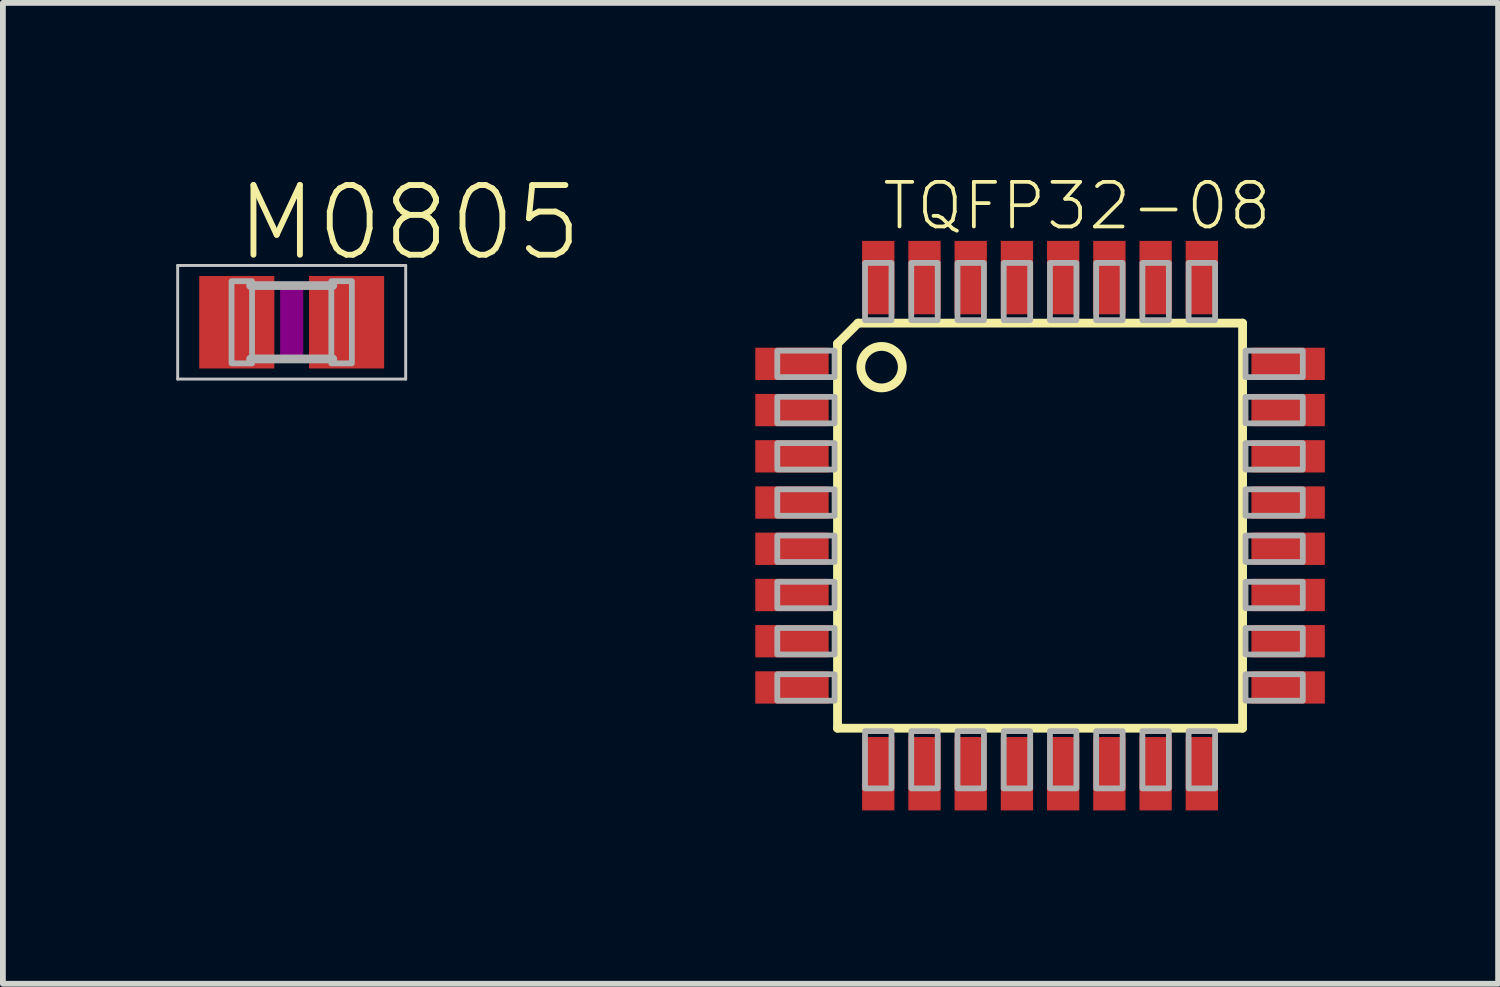
<source format=kicad_pcb>
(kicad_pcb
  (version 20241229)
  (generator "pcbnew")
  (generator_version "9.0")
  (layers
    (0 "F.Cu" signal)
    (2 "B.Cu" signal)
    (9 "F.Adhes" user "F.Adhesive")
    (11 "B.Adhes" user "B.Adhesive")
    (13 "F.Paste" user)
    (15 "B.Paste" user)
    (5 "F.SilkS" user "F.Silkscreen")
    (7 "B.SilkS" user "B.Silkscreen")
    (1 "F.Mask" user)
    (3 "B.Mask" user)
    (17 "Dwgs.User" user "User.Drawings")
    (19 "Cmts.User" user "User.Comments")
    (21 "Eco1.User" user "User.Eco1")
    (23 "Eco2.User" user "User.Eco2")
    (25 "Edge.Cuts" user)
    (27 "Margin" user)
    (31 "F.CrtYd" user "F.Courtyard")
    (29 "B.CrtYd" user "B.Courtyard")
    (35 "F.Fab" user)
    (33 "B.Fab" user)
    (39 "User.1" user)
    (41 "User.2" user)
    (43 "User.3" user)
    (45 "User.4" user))
  (footprint "TQFP32-08"
    (layer "F.Cu")
    (at 14.949 6.047)
    (property "Reference" "TQFP32-08" (at -2.769 -5.08 0) (layer "F.SilkS") (effects (font (size 0.772 0.772) (thickness 0.065)) (justify left bottom)))
    (attr through_hole)
    (fp_line (start -3.505 3.505) (end -3.505 -3.15) (stroke (width 0.152) (type solid)) (layer "F.SilkS"))
    (fp_line (start -3.15 -3.505) (end -3.505 -3.15) (stroke (width 0.152) (type solid)) (layer "F.SilkS"))
    (fp_line (start -3.15 -3.505) (end 3.505 -3.505) (stroke (width 0.152) (type solid)) (layer "F.SilkS"))
    (fp_line (start 3.505 -3.505) (end 3.505 3.505) (stroke (width 0.152) (type solid)) (layer "F.SilkS"))
    (fp_line (start 3.505 3.505) (end -3.505 3.505) (stroke (width 0.152) (type solid)) (layer "F.SilkS"))
    (fp_circle (center -2.743 -2.743) (end -2.384 -2.743) (stroke (width 0.152) (type solid)) (fill no) (layer "F.SilkS"))
    (fp_poly (pts (xy -4.547 -2.571) (xy -3.556 -2.571) (xy -3.556 -3.029) (xy -4.547 -3.029)) (stroke (width 0.1) (type solid)) (fill no) (layer "F.Fab"))
    (fp_poly (pts (xy -4.547 -1.771) (xy -3.556 -1.771) (xy -3.556 -2.229) (xy -4.547 -2.229)) (stroke (width 0.1) (type solid)) (fill no) (layer "F.Fab"))
    (fp_poly (pts (xy -4.547 -0.971) (xy -3.556 -0.971) (xy -3.556 -1.429) (xy -4.547 -1.429)) (stroke (width 0.1) (type solid)) (fill no) (layer "F.Fab"))
    (fp_poly (pts (xy -4.547 -0.171) (xy -3.556 -0.171) (xy -3.556 -0.629) (xy -4.547 -0.629)) (stroke (width 0.1) (type solid)) (fill no) (layer "F.Fab"))
    (fp_poly (pts (xy -4.547 0.629) (xy -3.556 0.629) (xy -3.556 0.171) (xy -4.547 0.171)) (stroke (width 0.1) (type solid)) (fill no) (layer "F.Fab"))
    (fp_poly (pts (xy -4.547 1.429) (xy -3.556 1.429) (xy -3.556 0.971) (xy -4.547 0.971)) (stroke (width 0.1) (type solid)) (fill no) (layer "F.Fab"))
    (fp_poly (pts (xy -4.547 2.229) (xy -3.556 2.229) (xy -3.556 1.771) (xy -4.547 1.771)) (stroke (width 0.1) (type solid)) (fill no) (layer "F.Fab"))
    (fp_poly (pts (xy -4.547 3.029) (xy -3.556 3.029) (xy -3.556 2.571) (xy -4.547 2.571)) (stroke (width 0.1) (type solid)) (fill no) (layer "F.Fab"))
    (fp_poly (pts (xy -3.029 -3.556) (xy -2.571 -3.556) (xy -2.571 -4.547) (xy -3.029 -4.547)) (stroke (width 0.1) (type solid)) (fill no) (layer "F.Fab"))
    (fp_poly (pts (xy -3.029 4.547) (xy -2.571 4.547) (xy -2.571 3.556) (xy -3.029 3.556)) (stroke (width 0.1) (type solid)) (fill no) (layer "F.Fab"))
    (fp_poly (pts (xy -2.229 -3.556) (xy -1.771 -3.556) (xy -1.771 -4.547) (xy -2.229 -4.547)) (stroke (width 0.1) (type solid)) (fill no) (layer "F.Fab"))
    (fp_poly (pts (xy -2.229 4.547) (xy -1.771 4.547) (xy -1.771 3.556) (xy -2.229 3.556)) (stroke (width 0.1) (type solid)) (fill no) (layer "F.Fab"))
    (fp_poly (pts (xy -1.429 -3.556) (xy -0.971 -3.556) (xy -0.971 -4.547) (xy -1.429 -4.547)) (stroke (width 0.1) (type solid)) (fill no) (layer "F.Fab"))
    (fp_poly (pts (xy -1.429 4.547) (xy -0.971 4.547) (xy -0.971 3.556) (xy -1.429 3.556)) (stroke (width 0.1) (type solid)) (fill no) (layer "F.Fab"))
    (fp_poly (pts (xy -0.629 -3.556) (xy -0.171 -3.556) (xy -0.171 -4.547) (xy -0.629 -4.547)) (stroke (width 0.1) (type solid)) (fill no) (layer "F.Fab"))
    (fp_poly (pts (xy -0.629 4.547) (xy -0.171 4.547) (xy -0.171 3.556) (xy -0.629 3.556)) (stroke (width 0.1) (type solid)) (fill no) (layer "F.Fab"))
    (fp_poly (pts (xy 0.171 -3.556) (xy 0.629 -3.556) (xy 0.629 -4.547) (xy 0.171 -4.547)) (stroke (width 0.1) (type solid)) (fill no) (layer "F.Fab"))
    (fp_poly (pts (xy 0.171 4.547) (xy 0.629 4.547) (xy 0.629 3.556) (xy 0.171 3.556)) (stroke (width 0.1) (type solid)) (fill no) (layer "F.Fab"))
    (fp_poly (pts (xy 0.971 -3.556) (xy 1.429 -3.556) (xy 1.429 -4.547) (xy 0.971 -4.547)) (stroke (width 0.1) (type solid)) (fill no) (layer "F.Fab"))
    (fp_poly (pts (xy 0.971 4.547) (xy 1.429 4.547) (xy 1.429 3.556) (xy 0.971 3.556)) (stroke (width 0.1) (type solid)) (fill no) (layer "F.Fab"))
    (fp_poly (pts (xy 1.771 -3.556) (xy 2.229 -3.556) (xy 2.229 -4.547) (xy 1.771 -4.547)) (stroke (width 0.1) (type solid)) (fill no) (layer "F.Fab"))
    (fp_poly (pts (xy 1.771 4.547) (xy 2.229 4.547) (xy 2.229 3.556) (xy 1.771 3.556)) (stroke (width 0.1) (type solid)) (fill no) (layer "F.Fab"))
    (fp_poly (pts (xy 2.571 -3.556) (xy 3.029 -3.556) (xy 3.029 -4.547) (xy 2.571 -4.547)) (stroke (width 0.1) (type solid)) (fill no) (layer "F.Fab"))
    (fp_poly (pts (xy 2.571 4.547) (xy 3.029 4.547) (xy 3.029 3.556) (xy 2.571 3.556)) (stroke (width 0.1) (type solid)) (fill no) (layer "F.Fab"))
    (fp_poly (pts (xy 3.556 -2.571) (xy 4.547 -2.571) (xy 4.547 -3.029) (xy 3.556 -3.029)) (stroke (width 0.1) (type solid)) (fill no) (layer "F.Fab"))
    (fp_poly (pts (xy 3.556 -1.771) (xy 4.547 -1.771) (xy 4.547 -2.229) (xy 3.556 -2.229)) (stroke (width 0.1) (type solid)) (fill no) (layer "F.Fab"))
    (fp_poly (pts (xy 3.556 -0.971) (xy 4.547 -0.971) (xy 4.547 -1.429) (xy 3.556 -1.429)) (stroke (width 0.1) (type solid)) (fill no) (layer "F.Fab"))
    (fp_poly (pts (xy 3.556 -0.171) (xy 4.547 -0.171) (xy 4.547 -0.629) (xy 3.556 -0.629)) (stroke (width 0.1) (type solid)) (fill no) (layer "F.Fab"))
    (fp_poly (pts (xy 3.556 0.629) (xy 4.547 0.629) (xy 4.547 0.171) (xy 3.556 0.171)) (stroke (width 0.1) (type solid)) (fill no) (layer "F.Fab"))
    (fp_poly (pts (xy 3.556 1.429) (xy 4.547 1.429) (xy 4.547 0.971) (xy 3.556 0.971)) (stroke (width 0.1) (type solid)) (fill no) (layer "F.Fab"))
    (fp_poly (pts (xy 3.556 2.229) (xy 4.547 2.229) (xy 4.547 1.771) (xy 3.556 1.771)) (stroke (width 0.1) (type solid)) (fill no) (layer "F.Fab"))
    (fp_poly (pts (xy 3.556 3.029) (xy 4.547 3.029) (xy 4.547 2.571) (xy 3.556 2.571)) (stroke (width 0.1) (type solid)) (fill no) (layer "F.Fab"))
    (pad "1" smd rect (at -4.293 -2.8) (size 1.27 0.559) (layers "F.Cu" "F.Mask" "F.Paste"))
    (pad "2" smd rect (at -4.293 -2) (size 1.27 0.559) (layers "F.Cu" "F.Mask" "F.Paste"))
    (pad "3" smd rect (at -4.293 -1.2) (size 1.27 0.559) (layers "F.Cu" "F.Mask" "F.Paste"))
    (pad "4" smd rect (at -4.293 -0.4) (size 1.27 0.559) (layers "F.Cu" "F.Mask" "F.Paste"))
    (pad "5" smd rect (at -4.293 0.4) (size 1.27 0.559) (layers "F.Cu" "F.Mask" "F.Paste"))
    (pad "6" smd rect (at -4.293 1.2) (size 1.27 0.559) (layers "F.Cu" "F.Mask" "F.Paste"))
    (pad "7" smd rect (at -4.293 2) (size 1.27 0.559) (layers "F.Cu" "F.Mask" "F.Paste"))
    (pad "8" smd rect (at -4.293 2.8) (size 1.27 0.559) (layers "F.Cu" "F.Mask" "F.Paste"))
    (pad "9" smd rect (at -2.8 4.293) (size 0.559 1.27) (layers "F.Cu" "F.Mask" "F.Paste"))
    (pad "10" smd rect (at -2 4.293) (size 0.559 1.27) (layers "F.Cu" "F.Mask" "F.Paste"))
    (pad "11" smd rect (at -1.2 4.293) (size 0.559 1.27) (layers "F.Cu" "F.Mask" "F.Paste"))
    (pad "12" smd rect (at -0.4 4.293) (size 0.559 1.27) (layers "F.Cu" "F.Mask" "F.Paste"))
    (pad "13" smd rect (at 0.4 4.293) (size 0.559 1.27) (layers "F.Cu" "F.Mask" "F.Paste"))
    (pad "14" smd rect (at 1.2 4.293) (size 0.559 1.27) (layers "F.Cu" "F.Mask" "F.Paste"))
    (pad "15" smd rect (at 2 4.293) (size 0.559 1.27) (layers "F.Cu" "F.Mask" "F.Paste"))
    (pad "16" smd rect (at 2.8 4.293) (size 0.559 1.27) (layers "F.Cu" "F.Mask" "F.Paste"))
    (pad "17" smd rect (at 4.293 2.8) (size 1.27 0.559) (layers "F.Cu" "F.Mask" "F.Paste"))
    (pad "18" smd rect (at 4.293 2) (size 1.27 0.559) (layers "F.Cu" "F.Mask" "F.Paste"))
    (pad "19" smd rect (at 4.293 1.2) (size 1.27 0.559) (layers "F.Cu" "F.Mask" "F.Paste"))
    (pad "20" smd rect (at 4.293 0.4) (size 1.27 0.559) (layers "F.Cu" "F.Mask" "F.Paste"))
    (pad "21" smd rect (at 4.293 -0.4) (size 1.27 0.559) (layers "F.Cu" "F.Mask" "F.Paste"))
    (pad "22" smd rect (at 4.293 -1.2) (size 1.27 0.559) (layers "F.Cu" "F.Mask" "F.Paste"))
    (pad "23" smd rect (at 4.293 -2) (size 1.27 0.559) (layers "F.Cu" "F.Mask" "F.Paste"))
    (pad "24" smd rect (at 4.293 -2.8) (size 1.27 0.559) (layers "F.Cu" "F.Mask" "F.Paste"))
    (pad "25" smd rect (at 2.8 -4.293) (size 0.559 1.27) (layers "F.Cu" "F.Mask" "F.Paste"))
    (pad "26" smd rect (at 2 -4.293) (size 0.559 1.27) (layers "F.Cu" "F.Mask" "F.Paste"))
    (pad "27" smd rect (at 1.2 -4.293) (size 0.559 1.27) (layers "F.Cu" "F.Mask" "F.Paste"))
    (pad "28" smd rect (at 0.4 -4.293) (size 0.559 1.27) (layers "F.Cu" "F.Mask" "F.Paste"))
    (pad "29" smd rect (at -0.4 -4.293) (size 0.559 1.27) (layers "F.Cu" "F.Mask" "F.Paste"))
    (pad "30" smd rect (at -1.2 -4.293) (size 0.559 1.27) (layers "F.Cu" "F.Mask" "F.Paste"))
    (pad "31" smd rect (at -2 -4.293) (size 0.559 1.27) (layers "F.Cu" "F.Mask" "F.Paste"))
    (pad "32" smd rect (at -2.8 -4.293) (size 0.559 1.27) (layers "F.Cu" "F.Mask" "F.Paste")))
  (footprint "M0805"
    (layer "F.Cu")
    (at 1.998 2.527)
    (property "Reference" "M0805" (at -1.016 -1.016 0) (layer "F.SilkS") (effects (font (size 1.206 1.206) (thickness 0.102)) (justify left bottom)))
    (attr through_hole)
    (fp_poly (pts (xy -0.2 0.6) (xy 0.2 0.6) (xy 0.2 -0.6) (xy -0.2 -0.6)) (stroke (width 0) (type solid)) (fill yes) (layer "F.Adhes"))
    (fp_line (start -1.973 -0.983) (end 1.973 -0.983) (stroke (width 0.051) (type solid)) (layer "Dwgs.User"))
    (fp_line (start -1.973 0.983) (end -1.973 -0.983) (stroke (width 0.051) (type solid)) (layer "Dwgs.User"))
    (fp_line (start 1.973 -0.983) (end 1.973 0.983) (stroke (width 0.051) (type solid)) (layer "Dwgs.User"))
    (fp_line (start 1.973 0.983) (end -1.973 0.983) (stroke (width 0.051) (type solid)) (layer "Dwgs.User"))
    (fp_line (start 0.711 -0.635) (end -0.711 -0.635) (stroke (width 0.152) (type solid)) (layer "F.Fab"))
    (fp_line (start 0.711 0.635) (end -0.711 0.635) (stroke (width 0.152) (type solid)) (layer "F.Fab"))
    (fp_poly (pts (xy -1.041 0.711) (xy -0.686 0.711) (xy -0.686 -0.711) (xy -1.041 -0.711)) (stroke (width 0.1) (type solid)) (fill no) (layer "F.Fab"))
    (fp_poly (pts (xy 0.686 0.711) (xy 1.041 0.711) (xy 1.041 -0.711) (xy 0.686 -0.711)) (stroke (width 0.1) (type solid)) (fill no) (layer "F.Fab"))
    (pad "1" smd rect (at -0.95 0) (size 1.3 1.6) (layers "F.Cu" "F.Mask" "F.Paste"))
    (pad "2" smd rect (at 0.95 0) (size 1.3 1.6) (layers "F.Cu" "F.Mask" "F.Paste")))
  (gr_rect
    (start -3 -3)
    (end 22.876 13.975)
    (stroke (width 0.1) (type default))
    (fill no)
    (layer "Edge.Cuts")))
</source>
